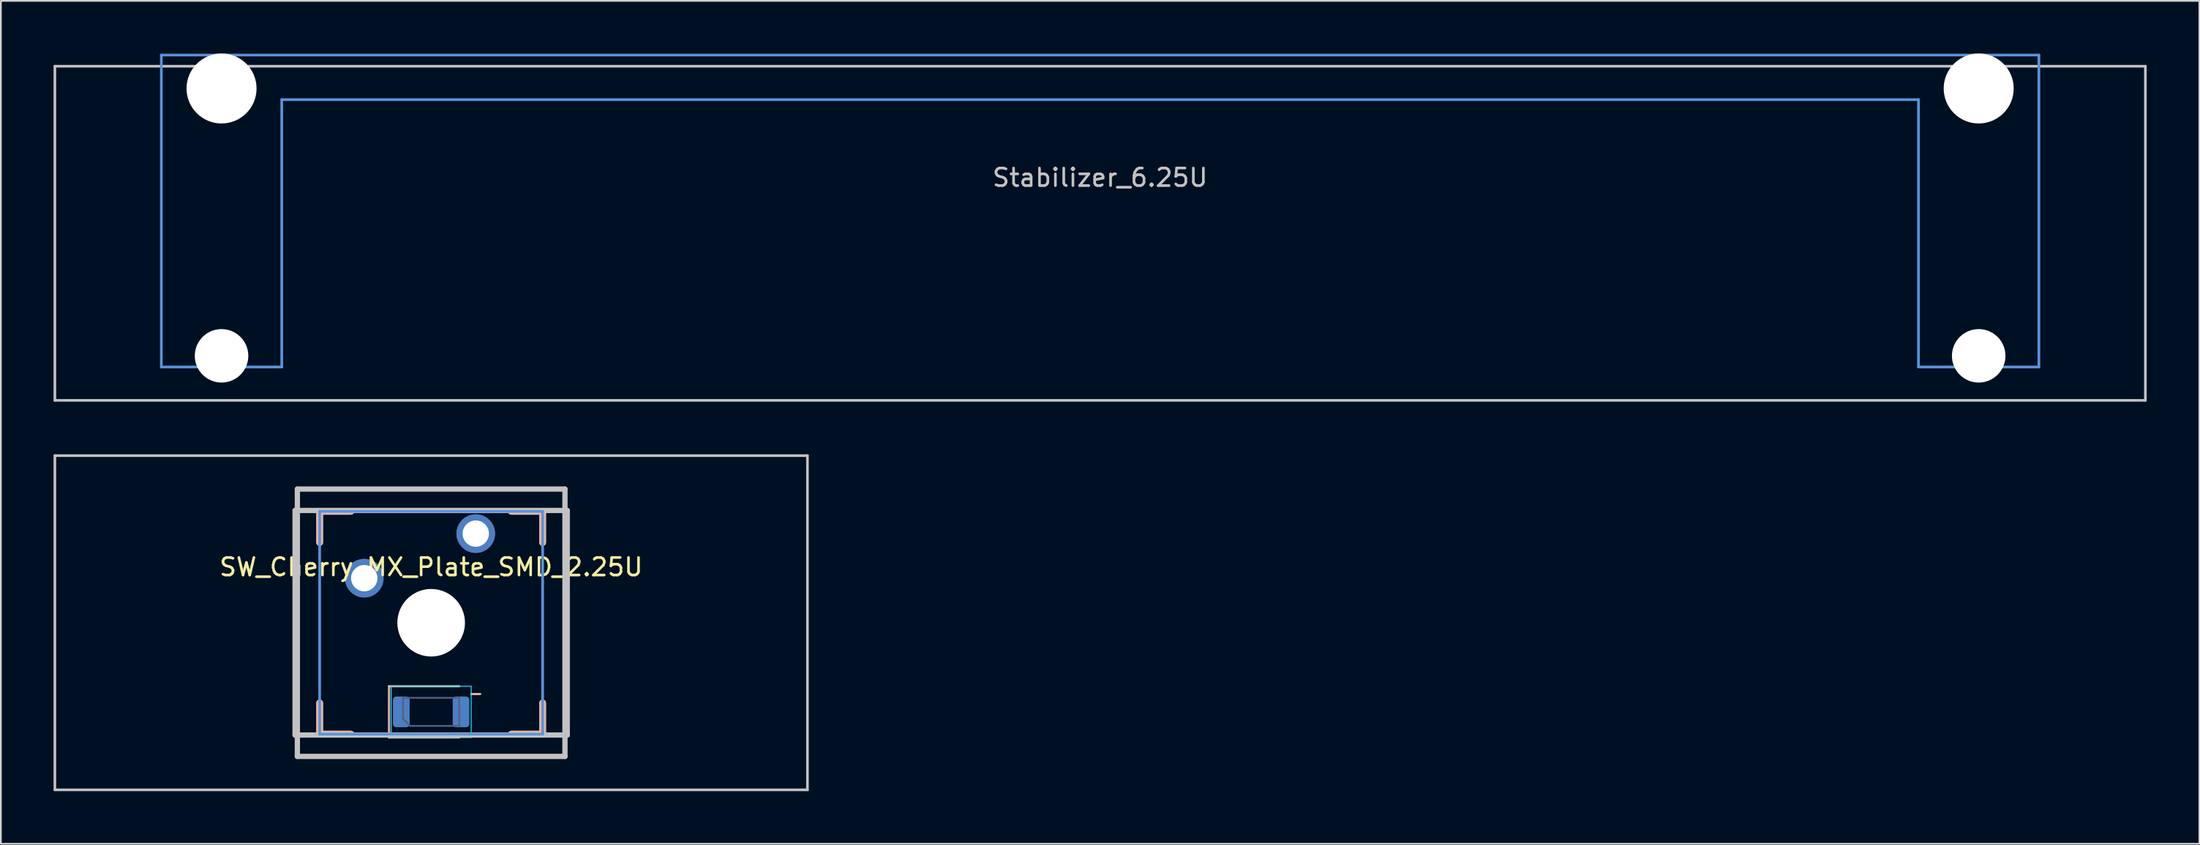
<source format=kicad_pcb>
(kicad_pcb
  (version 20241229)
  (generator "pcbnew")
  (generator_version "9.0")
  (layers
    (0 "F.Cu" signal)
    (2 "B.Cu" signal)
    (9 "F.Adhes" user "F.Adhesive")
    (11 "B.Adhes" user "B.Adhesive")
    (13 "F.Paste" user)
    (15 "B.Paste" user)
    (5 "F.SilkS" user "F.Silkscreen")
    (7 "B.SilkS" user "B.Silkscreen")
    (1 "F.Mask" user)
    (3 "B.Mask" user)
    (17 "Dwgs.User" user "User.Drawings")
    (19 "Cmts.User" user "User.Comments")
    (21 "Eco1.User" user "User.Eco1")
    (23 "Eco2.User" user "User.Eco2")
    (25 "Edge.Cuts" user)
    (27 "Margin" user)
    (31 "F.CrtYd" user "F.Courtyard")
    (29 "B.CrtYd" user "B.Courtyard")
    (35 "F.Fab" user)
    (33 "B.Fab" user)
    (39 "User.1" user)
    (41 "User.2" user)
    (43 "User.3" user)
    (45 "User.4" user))
  (footprint "SW_Cherry_MX_Plate_SMD_2.25U"
    (layer "F.Cu")
    (at 21.506 32.449)
    (property "Reference" "SW_Cherry_MX_Plate_SMD_2.25U" (at 0 -3.175 0) (layer "F.SilkS") (effects (font (size 1 1) (thickness 0.15))))
    (attr exclude_from_pos_files exclude_from_bom)
    (fp_line (start -6.35 -6.35) (end -4.572 -6.35) (stroke (width 0.381) (type solid)) (layer "F.SilkS"))
    (fp_line (start -6.35 -4.572) (end -6.35 -6.35) (stroke (width 0.381) (type solid)) (layer "F.SilkS"))
    (fp_line (start -6.35 6.35) (end -6.35 4.572) (stroke (width 0.381) (type solid)) (layer "F.SilkS"))
    (fp_line (start -4.572 6.35) (end -6.35 6.35) (stroke (width 0.381) (type solid)) (layer "F.SilkS"))
    (fp_line (start 4.572 -6.35) (end 6.35 -6.35) (stroke (width 0.381) (type solid)) (layer "F.SilkS"))
    (fp_line (start 6.35 -6.35) (end 6.35 -4.572) (stroke (width 0.381) (type solid)) (layer "F.SilkS"))
    (fp_line (start 6.35 4.572) (end 6.35 6.35) (stroke (width 0.381) (type solid)) (layer "F.SilkS"))
    (fp_line (start 6.35 6.35) (end 4.572 6.35) (stroke (width 0.381) (type solid)) (layer "F.SilkS"))
    (fp_line (start -6.35 -6.35) (end -6.35 -4.572) (stroke (width 0.381) (type solid)) (layer "B.SilkS"))
    (fp_line (start -6.35 4.572) (end -6.35 6.35) (stroke (width 0.381) (type solid)) (layer "B.SilkS"))
    (fp_line (start -6.35 6.35) (end -4.572 6.35) (stroke (width 0.381) (type solid)) (layer "B.SilkS"))
    (fp_line (start -4.572 -6.35) (end -6.35 -6.35) (stroke (width 0.381) (type solid)) (layer "B.SilkS"))
    (fp_line (start -2.4 3.62) (end 1.6 3.62) (stroke (width 0.12) (type solid)) (layer "B.SilkS"))
    (fp_line (start -2.4 6.54) (end -2.4 3.62) (stroke (width 0.12) (type solid)) (layer "B.SilkS"))
    (fp_line (start 1.6 6.54) (end -2.4 6.54) (stroke (width 0.12) (type solid)) (layer "B.SilkS"))
    (fp_line (start 2.286 4.064) (end 2.794 4.064) (stroke (width 0.12) (type solid)) (layer "B.SilkS"))
    (fp_line (start 4.572 6.35) (end 6.35 6.35) (stroke (width 0.381) (type solid)) (layer "B.SilkS"))
    (fp_line (start 6.35 -6.35) (end 4.572 -6.35) (stroke (width 0.381) (type solid)) (layer "B.SilkS"))
    (fp_line (start 6.35 -4.572) (end 6.35 -6.35) (stroke (width 0.381) (type solid)) (layer "B.SilkS"))
    (fp_line (start 6.35 6.35) (end 6.35 4.572) (stroke (width 0.381) (type solid)) (layer "B.SilkS"))
    (fp_line (start -21.431 -9.525) (end 21.431 -9.525) (stroke (width 0.15) (type solid)) (layer "Dwgs.User"))
    (fp_line (start -21.431 9.525) (end -21.431 -9.525) (stroke (width 0.15) (type solid)) (layer "Dwgs.User"))
    (fp_line (start -7.75 6.4) (end -7.75 -6.4) (stroke (width 0.3) (type solid)) (layer "Dwgs.User"))
    (fp_line (start -7.75 6.4) (end 7.75 6.4) (stroke (width 0.3) (type solid)) (layer "Dwgs.User"))
    (fp_line (start -7.62 -7.62) (end 7.62 -7.62) (stroke (width 0.3) (type solid)) (layer "Dwgs.User"))
    (fp_line (start -7.62 7.62) (end -7.62 -7.62) (stroke (width 0.3) (type solid)) (layer "Dwgs.User"))
    (fp_line (start 7.62 -7.62) (end 7.62 7.62) (stroke (width 0.3) (type solid)) (layer "Dwgs.User"))
    (fp_line (start 7.62 7.62) (end -7.62 7.62) (stroke (width 0.3) (type solid)) (layer "Dwgs.User"))
    (fp_line (start 7.75 -6.4) (end -7.75 -6.4) (stroke (width 0.3) (type solid)) (layer "Dwgs.User"))
    (fp_line (start 7.75 6.4) (end 7.75 -6.4) (stroke (width 0.3) (type solid)) (layer "Dwgs.User"))
    (fp_line (start 21.431 -9.525) (end 21.431 9.525) (stroke (width 0.15) (type solid)) (layer "Dwgs.User"))
    (fp_line (start 21.431 9.525) (end -21.431 9.525) (stroke (width 0.15) (type solid)) (layer "Dwgs.User"))
    (fp_line (start -6.35 -6.35) (end 6.35 -6.35) (stroke (width 0.152) (type solid)) (layer "Cmts.User"))
    (fp_line (start -6.35 6.35) (end -6.35 -6.35) (stroke (width 0.152) (type solid)) (layer "Cmts.User"))
    (fp_line (start 6.35 -6.35) (end 6.35 6.35) (stroke (width 0.152) (type solid)) (layer "Cmts.User"))
    (fp_line (start 6.35 6.35) (end -6.35 6.35) (stroke (width 0.152) (type solid)) (layer "Cmts.User"))
    (fp_line (start -6.985 -6.985) (end 6.985 -6.985) (stroke (width 0.152) (type solid)) (layer "Eco2.User"))
    (fp_line (start -6.985 6.985) (end -6.985 -6.985) (stroke (width 0.152) (type solid)) (layer "Eco2.User"))
    (fp_line (start 6.985 -6.985) (end 6.985 6.985) (stroke (width 0.152) (type solid)) (layer "Eco2.User"))
    (fp_line (start 6.985 6.985) (end -6.985 6.985) (stroke (width 0.152) (type solid)) (layer "Eco2.User"))
    (fp_line (start -2.28 3.62) (end -2.28 6.54) (stroke (width 0.05) (type solid)) (layer "B.CrtYd"))
    (fp_line (start -2.28 6.54) (end 2.28 6.54) (stroke (width 0.05) (type solid)) (layer "B.CrtYd"))
    (fp_line (start 2.28 3.62) (end -2.28 3.62) (stroke (width 0.05) (type solid)) (layer "B.CrtYd"))
    (fp_line (start 2.28 6.54) (end 2.28 3.62) (stroke (width 0.05) (type solid)) (layer "B.CrtYd"))
    (fp_line (start -1.6 4.28) (end 1.6 4.28) (stroke (width 0.1) (type solid)) (layer "B.Fab"))
    (fp_line (start -1.6 5.48) (end -1.6 4.28) (stroke (width 0.1) (type solid)) (layer "B.Fab"))
    (fp_line (start -1.2 5.88) (end -1.6 5.48) (stroke (width 0.1) (type solid)) (layer "B.Fab"))
    (fp_line (start 1.6 4.28) (end 1.6 5.88) (stroke (width 0.1) (type solid)) (layer "B.Fab"))
    (fp_line (start 1.6 5.88) (end -1.2 5.88) (stroke (width 0.1) (type solid)) (layer "B.Fab"))
    (pad "" np_thru_hole circle (at 0 0) (size 3.85 3.85) (drill 3.85) (layers "*.Cu" "*.Mask"))
    (pad "1" thru_hole circle (at -3.81 -2.54) (size 2.2 2.2) (drill 1.5) (layers "*.Cu" "*.Mask"))
    (pad "2" thru_hole circle (at 2.54 -5.08) (size 2.2 2.2) (drill 1.5) (layers "*.Cu" "*.Mask"))
    (pad "3" smd roundrect (at 1.7 5.08) (size 0.95 1.75) (layers "B.Cu" "B.Mask" "B.Paste") (roundrect_rratio 0.2))
    (pad "4" smd roundrect (at -1.7 5.08) (size 0.95 1.75) (layers "B.Cu" "B.Mask" "B.Paste") (roundrect_rratio 0.2)))
  (footprint "Stabilizer_6.25U"
    (layer "F.Cu")
    (at 59.606 10.249)
    (property "Reference" "Stabilizer_6.25U" (at 0 -3.175 0) (layer "Dwgs.User") (effects (font (size 1 1) (thickness 0.15))))
    (attr through_hole)
    (fp_line (start -59.531 -9.525) (end 59.531 -9.525) (stroke (width 0.15) (type solid)) (layer "Dwgs.User"))
    (fp_line (start -59.531 9.525) (end -59.531 -9.525) (stroke (width 0.15) (type solid)) (layer "Dwgs.User"))
    (fp_line (start 59.531 -9.525) (end 59.531 9.525) (stroke (width 0.15) (type solid)) (layer "Dwgs.User"))
    (fp_line (start 59.531 9.525) (end -59.531 9.525) (stroke (width 0.15) (type solid)) (layer "Dwgs.User"))
    (fp_line (start -53.467 -10.16) (end -53.467 7.62) (stroke (width 0.152) (type solid)) (layer "Cmts.User"))
    (fp_line (start -53.467 7.62) (end -46.609 7.62) (stroke (width 0.152) (type solid)) (layer "Cmts.User"))
    (fp_line (start -46.609 7.62) (end -46.609 -7.62) (stroke (width 0.152) (type solid)) (layer "Cmts.User"))
    (fp_line (start 46.609 -7.62) (end -46.609 -7.62) (stroke (width 0.152) (type solid)) (layer "Cmts.User"))
    (fp_line (start 46.609 7.62) (end 46.609 -7.62) (stroke (width 0.152) (type solid)) (layer "Cmts.User"))
    (fp_line (start 46.609 7.62) (end 53.467 7.62) (stroke (width 0.152) (type solid)) (layer "Cmts.User"))
    (fp_line (start 53.467 -10.16) (end -53.467 -10.16) (stroke (width 0.152) (type solid)) (layer "Cmts.User"))
    (fp_line (start 53.467 7.62) (end 53.467 -10.16) (stroke (width 0.152) (type solid)) (layer "Cmts.User"))
    (fp_line (start -54.229 2.286) (end -54.229 -0.508) (stroke (width 0.152) (type solid)) (layer "Eco2.User"))
    (fp_line (start -54.229 2.286) (end -53.365 2.286) (stroke (width 0.152) (type solid)) (layer "Eco2.User"))
    (fp_line (start -53.365 -6.604) (end -52.324 -6.604) (stroke (width 0.152) (type solid)) (layer "Eco2.User"))
    (fp_line (start -53.365 -0.508) (end -54.229 -0.508) (stroke (width 0.152) (type solid)) (layer "Eco2.User"))
    (fp_line (start -53.365 -0.508) (end -53.365 -6.604) (stroke (width 0.152) (type solid)) (layer "Eco2.User"))
    (fp_line (start -53.365 2.286) (end -53.365 5.69) (stroke (width 0.152) (type solid)) (layer "Eco2.User"))
    (fp_line (start -52.324 -7.772) (end -47.752 -7.772) (stroke (width 0.152) (type solid)) (layer "Eco2.User"))
    (fp_line (start -52.324 -6.604) (end -52.324 -7.772) (stroke (width 0.152) (type solid)) (layer "Eco2.User"))
    (fp_line (start -47.752 -7.772) (end -47.752 -6.604) (stroke (width 0.152) (type solid)) (layer "Eco2.User"))
    (fp_line (start -47.752 -6.604) (end -46.711 -6.604) (stroke (width 0.152) (type solid)) (layer "Eco2.User"))
    (fp_line (start -46.711 -5.817) (end -46.711 -6.604) (stroke (width 0.152) (type solid)) (layer "Eco2.User"))
    (fp_line (start -46.711 4.877) (end -46.711 5.69) (stroke (width 0.152) (type solid)) (layer "Eco2.User"))
    (fp_line (start -46.711 5.69) (end -53.365 5.69) (stroke (width 0.152) (type solid)) (layer "Eco2.User"))
    (fp_line (start -6.985 -6.985) (end -6.985 -5.817) (stroke (width 0.152) (type solid)) (layer "Eco2.User"))
    (fp_line (start -6.985 -6.985) (end 6.985 -6.985) (stroke (width 0.152) (type solid)) (layer "Eco2.User"))
    (fp_line (start -6.985 -5.817) (end -46.711 -5.817) (stroke (width 0.152) (type solid)) (layer "Eco2.User"))
    (fp_line (start -6.985 4.877) (end -46.711 4.877) (stroke (width 0.152) (type solid)) (layer "Eco2.User"))
    (fp_line (start -6.985 6.985) (end -6.985 4.877) (stroke (width 0.152) (type solid)) (layer "Eco2.User"))
    (fp_line (start 6.985 -6.985) (end 6.985 -5.817) (stroke (width 0.152) (type solid)) (layer "Eco2.User"))
    (fp_line (start 6.985 4.877) (end 6.985 6.985) (stroke (width 0.152) (type solid)) (layer "Eco2.User"))
    (fp_line (start 6.985 6.985) (end -6.985 6.985) (stroke (width 0.152) (type solid)) (layer "Eco2.User"))
    (fp_line (start 46.711 -6.604) (end 47.752 -6.604) (stroke (width 0.152) (type solid)) (layer "Eco2.User"))
    (fp_line (start 46.711 -5.817) (end 6.985 -5.817) (stroke (width 0.152) (type solid)) (layer "Eco2.User"))
    (fp_line (start 46.711 -5.817) (end 46.711 -6.604) (stroke (width 0.152) (type solid)) (layer "Eco2.User"))
    (fp_line (start 46.711 4.877) (end 6.985 4.877) (stroke (width 0.152) (type solid)) (layer "Eco2.User"))
    (fp_line (start 46.711 4.877) (end 46.711 5.69) (stroke (width 0.152) (type solid)) (layer "Eco2.User"))
    (fp_line (start 47.752 -7.772) (end 52.324 -7.772) (stroke (width 0.152) (type solid)) (layer "Eco2.User"))
    (fp_line (start 47.752 -6.604) (end 47.752 -7.772) (stroke (width 0.152) (type solid)) (layer "Eco2.User"))
    (fp_line (start 52.324 -7.772) (end 52.324 -6.604) (stroke (width 0.152) (type solid)) (layer "Eco2.User"))
    (fp_line (start 52.324 -6.604) (end 53.365 -6.604) (stroke (width 0.152) (type solid)) (layer "Eco2.User"))
    (fp_line (start 53.365 -6.604) (end 53.365 -0.508) (stroke (width 0.152) (type solid)) (layer "Eco2.User"))
    (fp_line (start 53.365 -0.508) (end 54.229 -0.508) (stroke (width 0.152) (type solid)) (layer "Eco2.User"))
    (fp_line (start 53.365 2.286) (end 53.365 5.69) (stroke (width 0.152) (type solid)) (layer "Eco2.User"))
    (fp_line (start 53.365 5.69) (end 46.711 5.69) (stroke (width 0.152) (type solid)) (layer "Eco2.User"))
    (fp_line (start 54.229 -0.508) (end 54.229 2.286) (stroke (width 0.152) (type solid)) (layer "Eco2.User"))
    (fp_line (start 54.229 2.286) (end 53.365 2.286) (stroke (width 0.152) (type solid)) (layer "Eco2.User"))
    (pad "" np_thru_hole circle (at -50.038 -8.255 180) (size 3.988 3.988) (drill 3.988) (layers "*.Cu" "*.Mask"))
    (pad "" np_thru_hole circle (at -50.038 6.985 180) (size 3.048 3.048) (drill 3.048) (layers "*.Cu" "*.Mask"))
    (pad "" np_thru_hole circle (at 50.038 -8.255 180) (size 3.988 3.988) (drill 3.988) (layers "*.Cu" "*.Mask"))
    (pad "" np_thru_hole circle (at 50.038 6.985 180) (size 3.048 3.048) (drill 3.048) (layers "*.Cu" "*.Mask")))
  (gr_rect
    (start -3 -3)
    (end 122.213 45.049)
    (stroke (width 0.1) (type default))
    (fill no)
    (layer "Edge.Cuts")))
</source>
